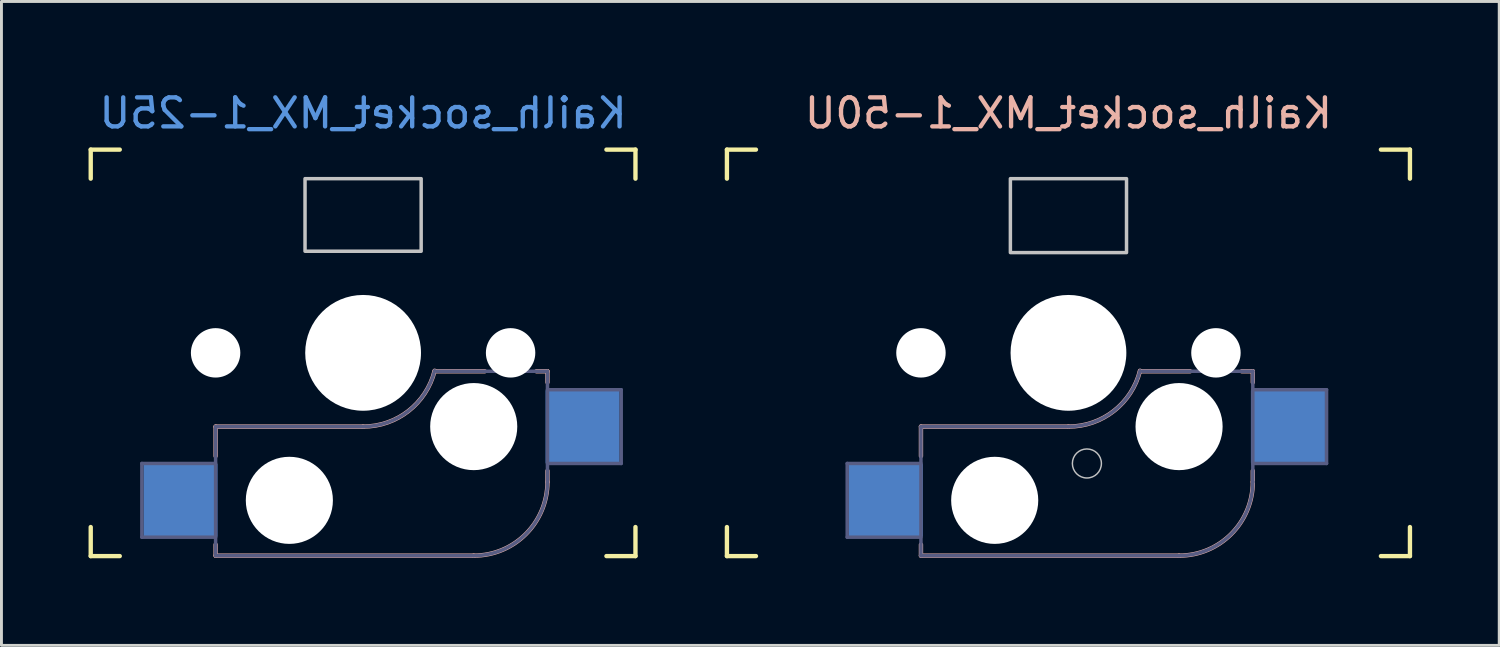
<source format=kicad_pcb>
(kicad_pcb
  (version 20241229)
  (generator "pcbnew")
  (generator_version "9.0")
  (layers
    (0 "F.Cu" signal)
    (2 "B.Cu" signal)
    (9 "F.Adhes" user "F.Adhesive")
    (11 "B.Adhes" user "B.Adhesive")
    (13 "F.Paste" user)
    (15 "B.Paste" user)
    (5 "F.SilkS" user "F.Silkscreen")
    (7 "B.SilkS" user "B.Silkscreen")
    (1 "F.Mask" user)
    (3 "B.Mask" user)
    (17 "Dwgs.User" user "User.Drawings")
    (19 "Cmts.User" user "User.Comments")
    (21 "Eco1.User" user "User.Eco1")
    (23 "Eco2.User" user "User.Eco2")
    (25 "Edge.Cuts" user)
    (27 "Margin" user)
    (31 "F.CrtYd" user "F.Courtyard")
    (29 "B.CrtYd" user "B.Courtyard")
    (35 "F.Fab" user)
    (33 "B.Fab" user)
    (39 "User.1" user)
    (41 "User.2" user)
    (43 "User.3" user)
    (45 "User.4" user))
  (footprint "Kailh_socket_MX_1-25U"
    (layer "F.Cu")
    (at 9.456 9.103)
    (property "Reference" "Kailh_socket_MX_1-25U" (at 0 -8.255 0) (layer "Cmts.User") (effects (font (size 1 1) (thickness 0.15)) (justify mirror)))
    (attr smd)
    (fp_line (start -9.381 -6) (end -9.381 -7) (stroke (width 0.15) (type solid)) (layer "F.SilkS"))
    (fp_line (start -9.381 7) (end -9.381 6) (stroke (width 0.15) (type solid)) (layer "F.SilkS"))
    (fp_line (start -9.381 7) (end -8.381 7) (stroke (width 0.15) (type solid)) (layer "F.SilkS"))
    (fp_line (start -8.381 -7) (end -9.381 -7) (stroke (width 0.15) (type solid)) (layer "F.SilkS"))
    (fp_line (start 8.381 7) (end 9.381 7) (stroke (width 0.15) (type solid)) (layer "F.SilkS"))
    (fp_line (start 9.381 -7) (end 8.381 -7) (stroke (width 0.15) (type solid)) (layer "F.SilkS"))
    (fp_line (start 9.381 -7) (end 9.381 -6) (stroke (width 0.15) (type solid)) (layer "F.SilkS"))
    (fp_line (start 9.381 6) (end 9.381 7) (stroke (width 0.15) (type solid)) (layer "F.SilkS"))
    (fp_line (start -5.08 2.54) (end 0 2.54) (stroke (width 0.15) (type solid)) (layer "B.SilkS"))
    (fp_line (start -5.08 3.556) (end -5.08 2.54) (stroke (width 0.15) (type solid)) (layer "B.SilkS"))
    (fp_line (start -5.08 6.985) (end -5.08 6.604) (stroke (width 0.15) (type solid)) (layer "B.SilkS"))
    (fp_line (start 2.464 0.635) (end 4.191 0.635) (stroke (width 0.15) (type solid)) (layer "B.SilkS"))
    (fp_line (start 3.81 6.985) (end -5.08 6.985) (stroke (width 0.15) (type solid)) (layer "B.SilkS"))
    (fp_line (start 5.969 0.635) (end 6.35 0.635) (stroke (width 0.15) (type solid)) (layer "B.SilkS"))
    (fp_line (start 6.35 1.016) (end 6.35 0.635) (stroke (width 0.15) (type solid)) (layer "B.SilkS"))
    (fp_line (start 6.35 4.445) (end 6.35 4.064) (stroke (width 0.15) (type solid)) (layer "B.SilkS"))
    (fp_arc (start 2.464162 0.61604) (mid 1.563147 2.002042) (end 0 2.54) (stroke (width 0.15) (type solid)) (layer "B.SilkS"))
    (fp_arc (start 6.35 4.445) (mid 5.606051 6.241051) (end 3.81 6.985) (stroke (width 0.15) (type solid)) (layer "B.SilkS"))
    (fp_rect (start -2 -6) (end 2 -3.5) (stroke (width 0.12) (type default)) (fill no) (layer "Dwgs.User"))
    (fp_line (start -6.9 6.9) (end -6.9 -6.9) (stroke (width 0.15) (type solid)) (layer "Eco2.User"))
    (fp_line (start -6.9 6.9) (end 6.9 6.9) (stroke (width 0.15) (type solid)) (layer "Eco2.User"))
    (fp_line (start 6.9 -6.9) (end -6.9 -6.9) (stroke (width 0.15) (type solid)) (layer "Eco2.User"))
    (fp_line (start 6.9 -6.9) (end 6.9 6.9) (stroke (width 0.15) (type solid)) (layer "Eco2.User"))
    (fp_line (start -7.62 3.81) (end -5.08 3.81) (stroke (width 0.12) (type solid)) (layer "B.Fab"))
    (fp_line (start -7.62 6.35) (end -7.62 3.81) (stroke (width 0.12) (type solid)) (layer "B.Fab"))
    (fp_line (start -5.08 2.54) (end 0 2.54) (stroke (width 0.12) (type solid)) (layer "B.Fab"))
    (fp_line (start -5.08 6.35) (end -7.62 6.35) (stroke (width 0.12) (type solid)) (layer "B.Fab"))
    (fp_line (start -5.08 6.985) (end -5.08 2.54) (stroke (width 0.12) (type solid)) (layer "B.Fab"))
    (fp_line (start 3.81 6.985) (end -5.08 6.985) (stroke (width 0.12) (type solid)) (layer "B.Fab"))
    (fp_line (start 6.35 0.635) (end 2.54 0.635) (stroke (width 0.12) (type solid)) (layer "B.Fab"))
    (fp_line (start 6.35 0.635) (end 6.35 4.445) (stroke (width 0.12) (type solid)) (layer "B.Fab"))
    (fp_line (start 6.35 1.27) (end 8.89 1.27) (stroke (width 0.12) (type solid)) (layer "B.Fab"))
    (fp_line (start 8.89 1.27) (end 8.89 3.81) (stroke (width 0.12) (type solid)) (layer "B.Fab"))
    (fp_line (start 8.89 3.81) (end 6.35 3.81) (stroke (width 0.12) (type solid)) (layer "B.Fab"))
    (fp_arc (start 2.464162 0.61604) (mid 1.563147 2.002042) (end 0 2.54) (stroke (width 0.12) (type solid)) (layer "B.Fab"))
    (fp_arc (start 6.35 4.445) (mid 5.606051 6.241051) (end 3.81 6.985) (stroke (width 0.12) (type solid)) (layer "B.Fab"))
    (pad "" np_thru_hole circle (at -5.08 0 180) (size 1.702 1.702) (drill 1.702) (layers "*.Cu" "*.Mask"))
    (pad "" np_thru_hole circle (at -2.54 5.08 180) (size 3 3) (drill 3) (layers "*.Cu" "*.Mask"))
    (pad "" np_thru_hole circle (at 0 0 180) (size 3.988 3.988) (drill 3.988) (layers "*.Cu" "*.Mask"))
    (pad "" np_thru_hole circle (at 3.81 2.54 180) (size 3 3) (drill 3) (layers "*.Cu" "*.Mask"))
    (pad "" np_thru_hole circle (at 5.08 0 180) (size 1.702 1.702) (drill 1.702) (layers "*.Cu" "*.Mask"))
    (pad "1" smd rect (at -6.29 5.08 180) (size 2.55 2.5) (layers "B.Cu" "B.Mask" "B.Paste"))
    (pad "2" smd rect (at 7.56 2.54 180) (size 2.55 2.5) (layers "B.Cu" "B.Mask" "B.Paste")))
  (footprint "Kailh_socket_MX_1-50U"
    (layer "F.Cu")
    (at 34.385 12.913)
    (property "Reference" "Kailh_socket_MX_1-50U" (at -0.635 -12.065 0) (layer "B.SilkS") (effects (font (size 1 1) (thickness 0.15)) (justify mirror)))
    (attr smd)
    (fp_line (start -12.398 -9.81) (end -12.398 -10.81) (stroke (width 0.15) (type solid)) (layer "F.SilkS"))
    (fp_line (start -12.398 3.19) (end -12.398 2.19) (stroke (width 0.15) (type solid)) (layer "F.SilkS"))
    (fp_line (start -12.398 3.19) (end -11.398 3.19) (stroke (width 0.15) (type solid)) (layer "F.SilkS"))
    (fp_line (start -11.398 -10.81) (end -12.398 -10.81) (stroke (width 0.15) (type solid)) (layer "F.SilkS"))
    (fp_line (start 10.127 3.19) (end 11.127 3.19) (stroke (width 0.15) (type solid)) (layer "F.SilkS"))
    (fp_line (start 11.127 -10.81) (end 10.127 -10.81) (stroke (width 0.15) (type solid)) (layer "F.SilkS"))
    (fp_line (start 11.127 -10.81) (end 11.127 -9.81) (stroke (width 0.15) (type solid)) (layer "F.SilkS"))
    (fp_line (start 11.127 2.19) (end 11.127 3.19) (stroke (width 0.15) (type solid)) (layer "F.SilkS"))
    (fp_line (start -5.715 -1.27) (end -0.635 -1.27) (stroke (width 0.15) (type solid)) (layer "B.SilkS"))
    (fp_line (start -5.715 -0.254) (end -5.715 -1.27) (stroke (width 0.15) (type solid)) (layer "B.SilkS"))
    (fp_line (start -5.715 3.175) (end -5.715 2.794) (stroke (width 0.15) (type solid)) (layer "B.SilkS"))
    (fp_line (start 1.829 -3.175) (end 3.556 -3.175) (stroke (width 0.15) (type solid)) (layer "B.SilkS"))
    (fp_line (start 3.175 3.175) (end -5.715 3.175) (stroke (width 0.15) (type solid)) (layer "B.SilkS"))
    (fp_line (start 5.334 -3.175) (end 5.715 -3.175) (stroke (width 0.15) (type solid)) (layer "B.SilkS"))
    (fp_line (start 5.715 -2.794) (end 5.715 -3.175) (stroke (width 0.15) (type solid)) (layer "B.SilkS"))
    (fp_line (start 5.715 0.635) (end 5.715 0.254) (stroke (width 0.15) (type solid)) (layer "B.SilkS"))
    (fp_arc (start 1.829162 -3.19396) (mid 0.928147 -1.807958) (end -0.635 -1.27) (stroke (width 0.15) (type solid)) (layer "B.SilkS"))
    (fp_arc (start 5.715 0.635) (mid 4.971051 2.431051) (end 3.175 3.175) (stroke (width 0.15) (type solid)) (layer "B.SilkS"))
    (fp_rect (start -2.635 -9.81) (end 1.365 -7.263) (stroke (width 0.12) (type default)) (fill no) (layer "Dwgs.User"))
    (fp_circle (center 0 0) (end 0.5 0) (stroke (width 0.05) (type default)) (fill no) (layer "Dwgs.User"))
    (fp_line (start -7.535 3.09) (end -7.535 -10.71) (stroke (width 0.15) (type solid)) (layer "Eco2.User"))
    (fp_line (start -7.535 3.09) (end 6.265 3.09) (stroke (width 0.15) (type solid)) (layer "Eco2.User"))
    (fp_line (start 6.265 -10.71) (end -7.535 -10.71) (stroke (width 0.15) (type solid)) (layer "Eco2.User"))
    (fp_line (start 6.265 -10.71) (end 6.265 3.09) (stroke (width 0.15) (type solid)) (layer "Eco2.User"))
    (fp_line (start -8.255 0) (end -5.715 0) (stroke (width 0.12) (type solid)) (layer "B.Fab"))
    (fp_line (start -8.255 2.54) (end -8.255 0) (stroke (width 0.12) (type solid)) (layer "B.Fab"))
    (fp_line (start -5.715 -1.27) (end -0.635 -1.27) (stroke (width 0.12) (type solid)) (layer "B.Fab"))
    (fp_line (start -5.715 2.54) (end -8.255 2.54) (stroke (width 0.12) (type solid)) (layer "B.Fab"))
    (fp_line (start -5.715 3.175) (end -5.715 -1.27) (stroke (width 0.12) (type solid)) (layer "B.Fab"))
    (fp_line (start 3.175 3.175) (end -5.715 3.175) (stroke (width 0.12) (type solid)) (layer "B.Fab"))
    (fp_line (start 5.715 -3.175) (end 1.905 -3.175) (stroke (width 0.12) (type solid)) (layer "B.Fab"))
    (fp_line (start 5.715 -3.175) (end 5.715 0.635) (stroke (width 0.12) (type solid)) (layer "B.Fab"))
    (fp_line (start 5.715 -2.54) (end 8.255 -2.54) (stroke (width 0.12) (type solid)) (layer "B.Fab"))
    (fp_line (start 8.255 -2.54) (end 8.255 0) (stroke (width 0.12) (type solid)) (layer "B.Fab"))
    (fp_line (start 8.255 0) (end 5.715 0) (stroke (width 0.12) (type solid)) (layer "B.Fab"))
    (fp_arc (start 1.829162 -3.19396) (mid 0.928147 -1.807958) (end -0.635 -1.27) (stroke (width 0.12) (type solid)) (layer "B.Fab"))
    (fp_arc (start 5.715 0.635) (mid 4.971051 2.431051) (end 3.175 3.175) (stroke (width 0.12) (type solid)) (layer "B.Fab"))
    (pad "" np_thru_hole circle (at -5.715 -3.81 180) (size 1.702 1.702) (drill 1.702) (layers "*.Cu" "*.Mask"))
    (pad "" np_thru_hole circle (at -3.175 1.27 180) (size 3 3) (drill 3) (layers "*.Cu" "*.Mask"))
    (pad "" np_thru_hole circle (at -0.635 -3.81 180) (size 3.988 3.988) (drill 3.988) (layers "*.Cu" "*.Mask"))
    (pad "" np_thru_hole circle (at 3.175 -1.27 180) (size 3 3) (drill 3) (layers "*.Cu" "*.Mask"))
    (pad "" np_thru_hole circle (at 4.445 -3.81 180) (size 1.702 1.702) (drill 1.702) (layers "*.Cu" "*.Mask"))
    (pad "1" smd rect (at -6.925 1.27 180) (size 2.55 2.5) (layers "B.Cu" "B.Mask" "B.Paste"))
    (pad "2" smd rect (at 6.925 -1.27 180) (size 2.55 2.5) (layers "B.Cu" "B.Mask" "B.Paste")))
  (gr_rect
    (start -3 -3)
    (end 48.587 19.178)
    (stroke (width 0.1) (type default))
    (fill no)
    (layer "Edge.Cuts")))
</source>
